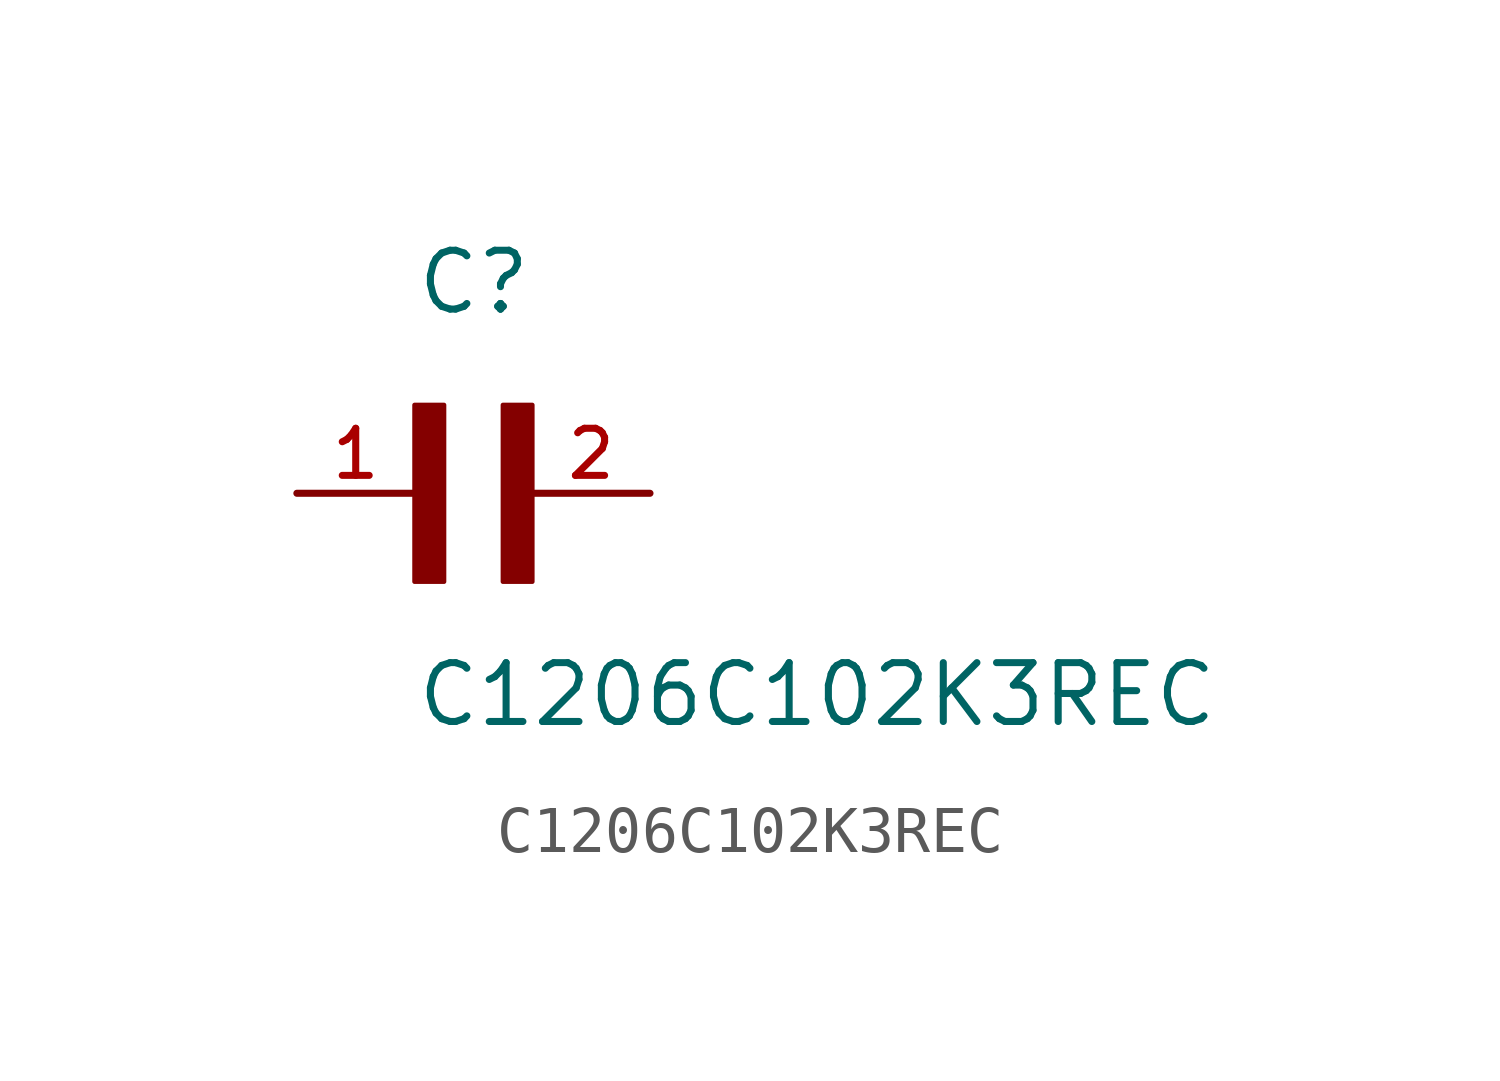
<source format=kicad_sym>
(kicad_symbol_lib
  (version 20211014)
  (generator kicad_symbol_editor)
  (symbol "C1206C102K3REC"
    (pin_names
      (offset 1.016))
    (property "Reference" "C"
      (at 0.0 3.811 0)
      (effects (font (size 1.27 1.27)) (justify bottom left)))
    (property "Value" "C1206C102K3REC"
      (at 0.0 -5.088 0)
      (effects (font (size 1.27 1.27)) (justify bottom left)))
    (symbol "C1206C102K3REC_0_0"
      (rectangle (start 0.0 -1.907) (end 0.635 1.905) (stroke (width 0.1)) (fill (type outline)))
      (rectangle (start 1.907 -1.907) (end 2.54 1.905) (stroke (width 0.1)) (fill (type outline)))
      (pin passive line (at 5.08 0.0 180.0) (length 2.54) (name "~" (effects (font (size 1.016 1.016)))) (number "2" (effects (font (size 1.016 1.016)))))
      (pin passive line (at -2.54 0.0 0) (length 2.54) (name "~" (effects (font (size 1.016 1.016)))) (number "1" (effects (font (size 1.016 1.016))))))))
</source>
